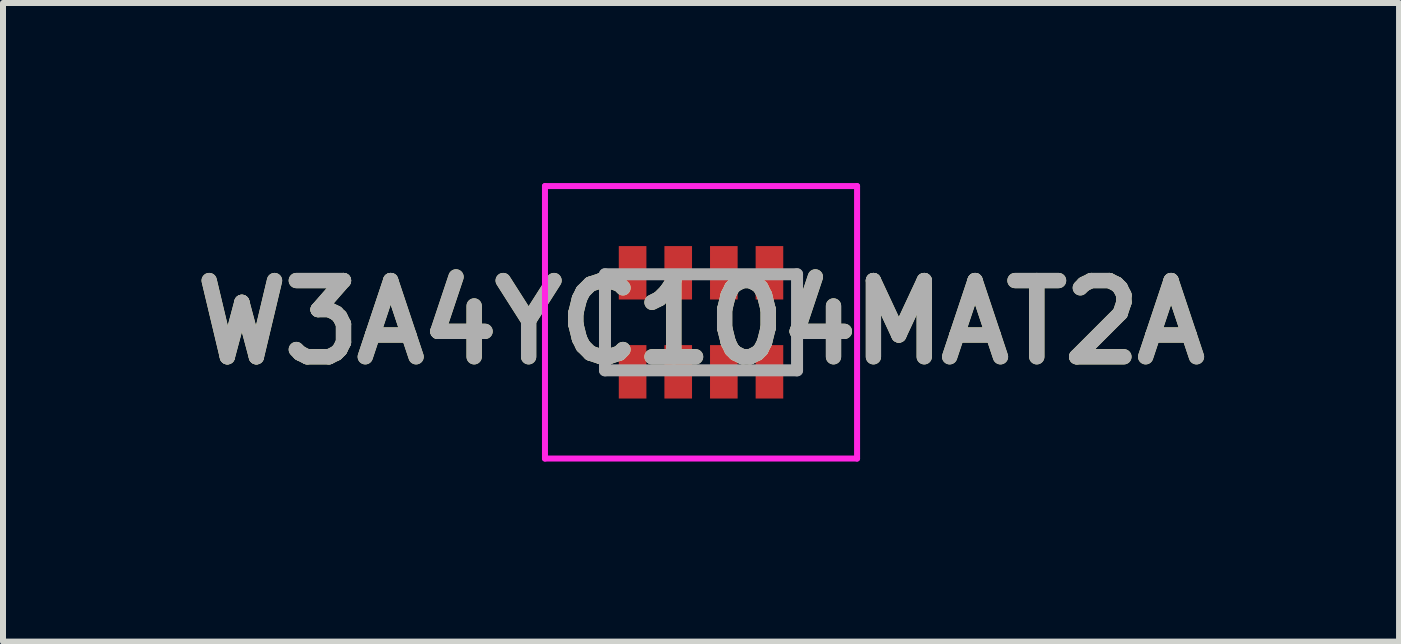
<source format=kicad_pcb>
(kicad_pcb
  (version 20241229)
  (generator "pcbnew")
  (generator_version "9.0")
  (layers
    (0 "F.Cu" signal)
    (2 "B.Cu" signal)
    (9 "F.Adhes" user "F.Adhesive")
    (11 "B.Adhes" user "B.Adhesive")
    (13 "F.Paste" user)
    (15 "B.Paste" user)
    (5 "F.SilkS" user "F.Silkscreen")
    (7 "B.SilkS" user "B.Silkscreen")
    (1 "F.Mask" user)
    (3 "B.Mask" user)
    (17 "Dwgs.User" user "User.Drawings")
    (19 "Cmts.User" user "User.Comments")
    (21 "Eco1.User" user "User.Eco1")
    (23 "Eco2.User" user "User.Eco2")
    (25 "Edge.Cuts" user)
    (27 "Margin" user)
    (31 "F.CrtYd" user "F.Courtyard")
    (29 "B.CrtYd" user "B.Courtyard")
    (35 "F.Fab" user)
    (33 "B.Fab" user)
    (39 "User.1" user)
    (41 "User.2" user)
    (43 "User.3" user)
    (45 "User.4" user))
  (footprint "W3A4YC104MAT2A"
    (layer "F.Cu")
    (at 8.63 2.32)
    (property "Reference" "W3A4YC104MAT2A" (at 0 0 0) (layer "F.SilkS") (effects (font (size 1.27 1.27) (thickness 0.254))))
    (attr smd)
    (fp_line (start -1.6 0.1) (end -1.6 -0.1) (stroke (width 0.1) (type solid)) (layer "F.SilkS"))
    (fp_line (start 1.6 0.1) (end 1.6 -0.1) (stroke (width 0.1) (type solid)) (layer "F.SilkS"))
    (fp_line (start -2.6 -2.27) (end 2.6 -2.27) (stroke (width 0.1) (type solid)) (layer "F.CrtYd"))
    (fp_line (start -2.6 2.27) (end -2.6 -2.27) (stroke (width 0.1) (type solid)) (layer "F.CrtYd"))
    (fp_line (start 2.6 -2.27) (end 2.6 2.27) (stroke (width 0.1) (type solid)) (layer "F.CrtYd"))
    (fp_line (start 2.6 2.27) (end -2.6 2.27) (stroke (width 0.1) (type solid)) (layer "F.CrtYd"))
    (fp_line (start -1.6 -0.8) (end -1.6 0.8) (stroke (width 0.2) (type solid)) (layer "F.Fab"))
    (fp_line (start -1.6 0.8) (end 1.6 0.8) (stroke (width 0.2) (type solid)) (layer "F.Fab"))
    (fp_line (start 1.6 -0.8) (end -1.6 -0.8) (stroke (width 0.2) (type solid)) (layer "F.Fab"))
    (fp_line (start 1.6 0.8) (end 1.6 -0.8) (stroke (width 0.2) (type solid)) (layer "F.Fab"))
    (fp_text user "${REFERENCE}" (at 0 0 0) (layer "F.Fab") (effects (font (size 1.27 1.27) (thickness 0.254))))
    (pad "1" smd rect (at -1.14 0.825) (size 0.46 0.89) (layers "F.Cu" "F.Mask" "F.Paste"))
    (pad "2" smd rect (at -0.38 0.825) (size 0.46 0.89) (layers "F.Cu" "F.Mask" "F.Paste"))
    (pad "3" smd rect (at 0.38 0.825) (size 0.46 0.89) (layers "F.Cu" "F.Mask" "F.Paste"))
    (pad "4" smd rect (at 1.14 0.825) (size 0.46 0.89) (layers "F.Cu" "F.Mask" "F.Paste"))
    (pad "5" smd rect (at 1.14 -0.825) (size 0.46 0.89) (layers "F.Cu" "F.Mask" "F.Paste"))
    (pad "6" smd rect (at 0.38 -0.825) (size 0.46 0.89) (layers "F.Cu" "F.Mask" "F.Paste"))
    (pad "7" smd rect (at -0.38 -0.825) (size 0.46 0.89) (layers "F.Cu" "F.Mask" "F.Paste"))
    (pad "8" smd rect (at -1.14 -0.825) (size 0.46 0.89) (layers "F.Cu" "F.Mask" "F.Paste")))
  (gr_rect
    (start -3 -3)
    (end 20.26 7.64)
    (stroke (width 0.1) (type default))
    (fill no)
    (layer "Edge.Cuts")))
</source>
